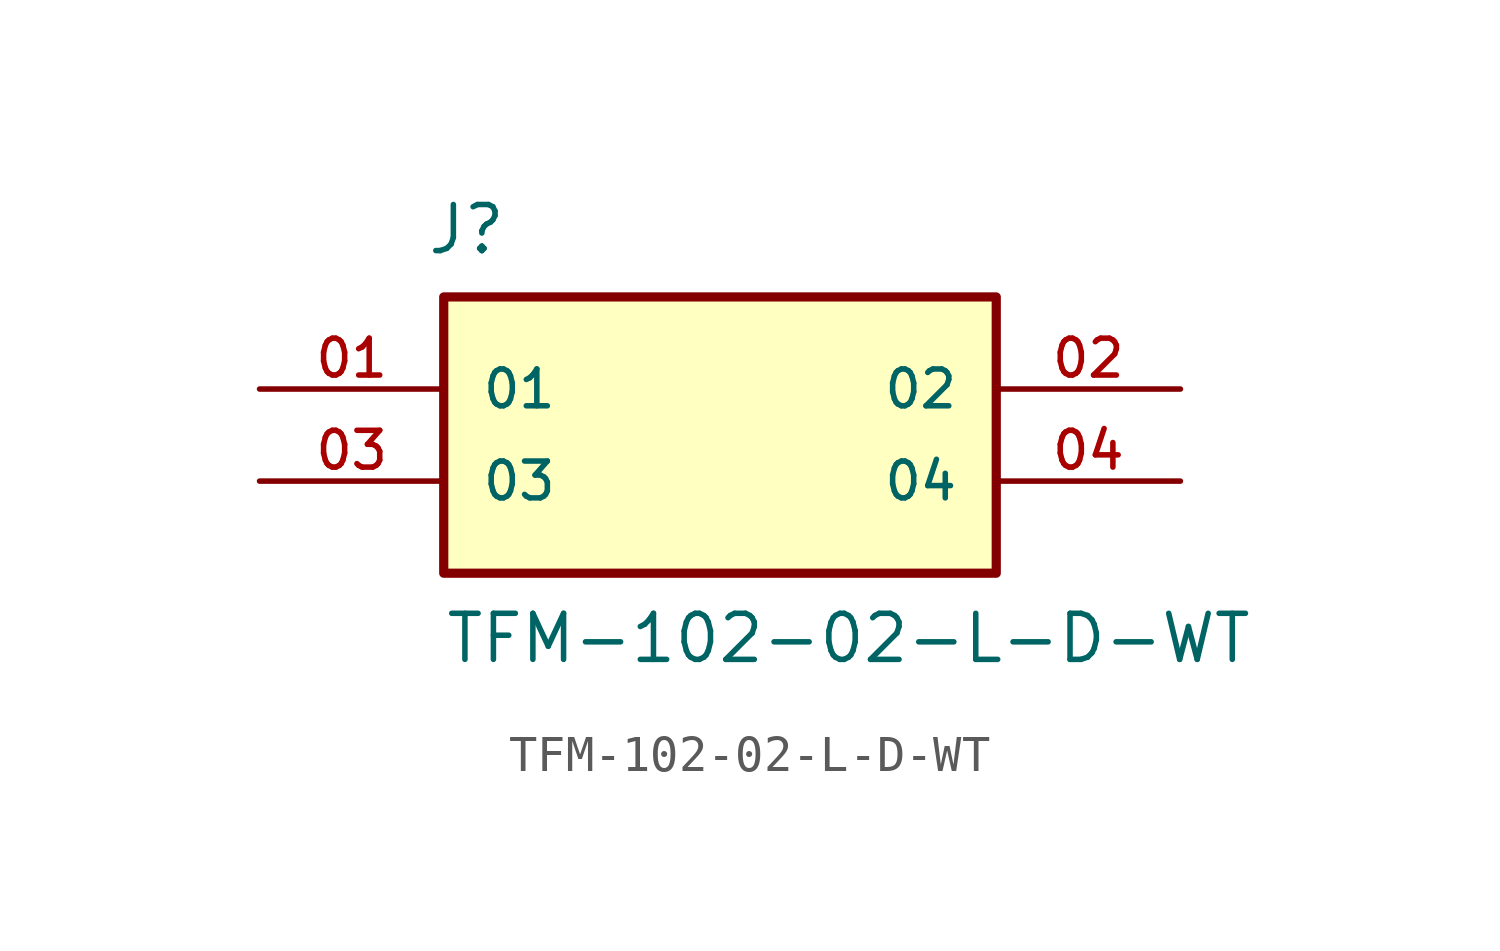
<source format=kicad_sym>
(kicad_symbol_lib
  (version 20211014)
  (generator kicad_symbol_editor)
  (symbol "TFM-102-02-L-D-WT"
    (pin_names
      (offset 1.016))
    (property "Reference" "J"
      (at -8.12 3.656 0)
      (effects (font (size 1.27 1.27)) (justify bottom left)))
    (property "Value" "TFM-102-02-L-D-WT"
      (at -7.62 -7.62 0)
      (effects (font (size 1.27 1.27)) (justify bottom left)))
    (symbol "TFM-102-02-L-D-WT_0_0"
      (rectangle (start -7.62 -5.08) (end 7.62 2.54) (stroke (width 0.254)) (fill (type background)))
      (pin passive line (at -12.7 0.0 0) (length 5.08) (name "01" (effects (font (size 1.016 1.016)))) (number "01" (effects (font (size 1.016 1.016)))))
      (pin passive line (at 12.7 0.0 180.0) (length 5.08) (name "02" (effects (font (size 1.016 1.016)))) (number "02" (effects (font (size 1.016 1.016)))))
      (pin passive line (at -12.7 -2.54 0) (length 5.08) (name "03" (effects (font (size 1.016 1.016)))) (number "03" (effects (font (size 1.016 1.016)))))
      (pin passive line (at 12.7 -2.54 180.0) (length 5.08) (name "04" (effects (font (size 1.016 1.016)))) (number "04" (effects (font (size 1.016 1.016))))))))
</source>
